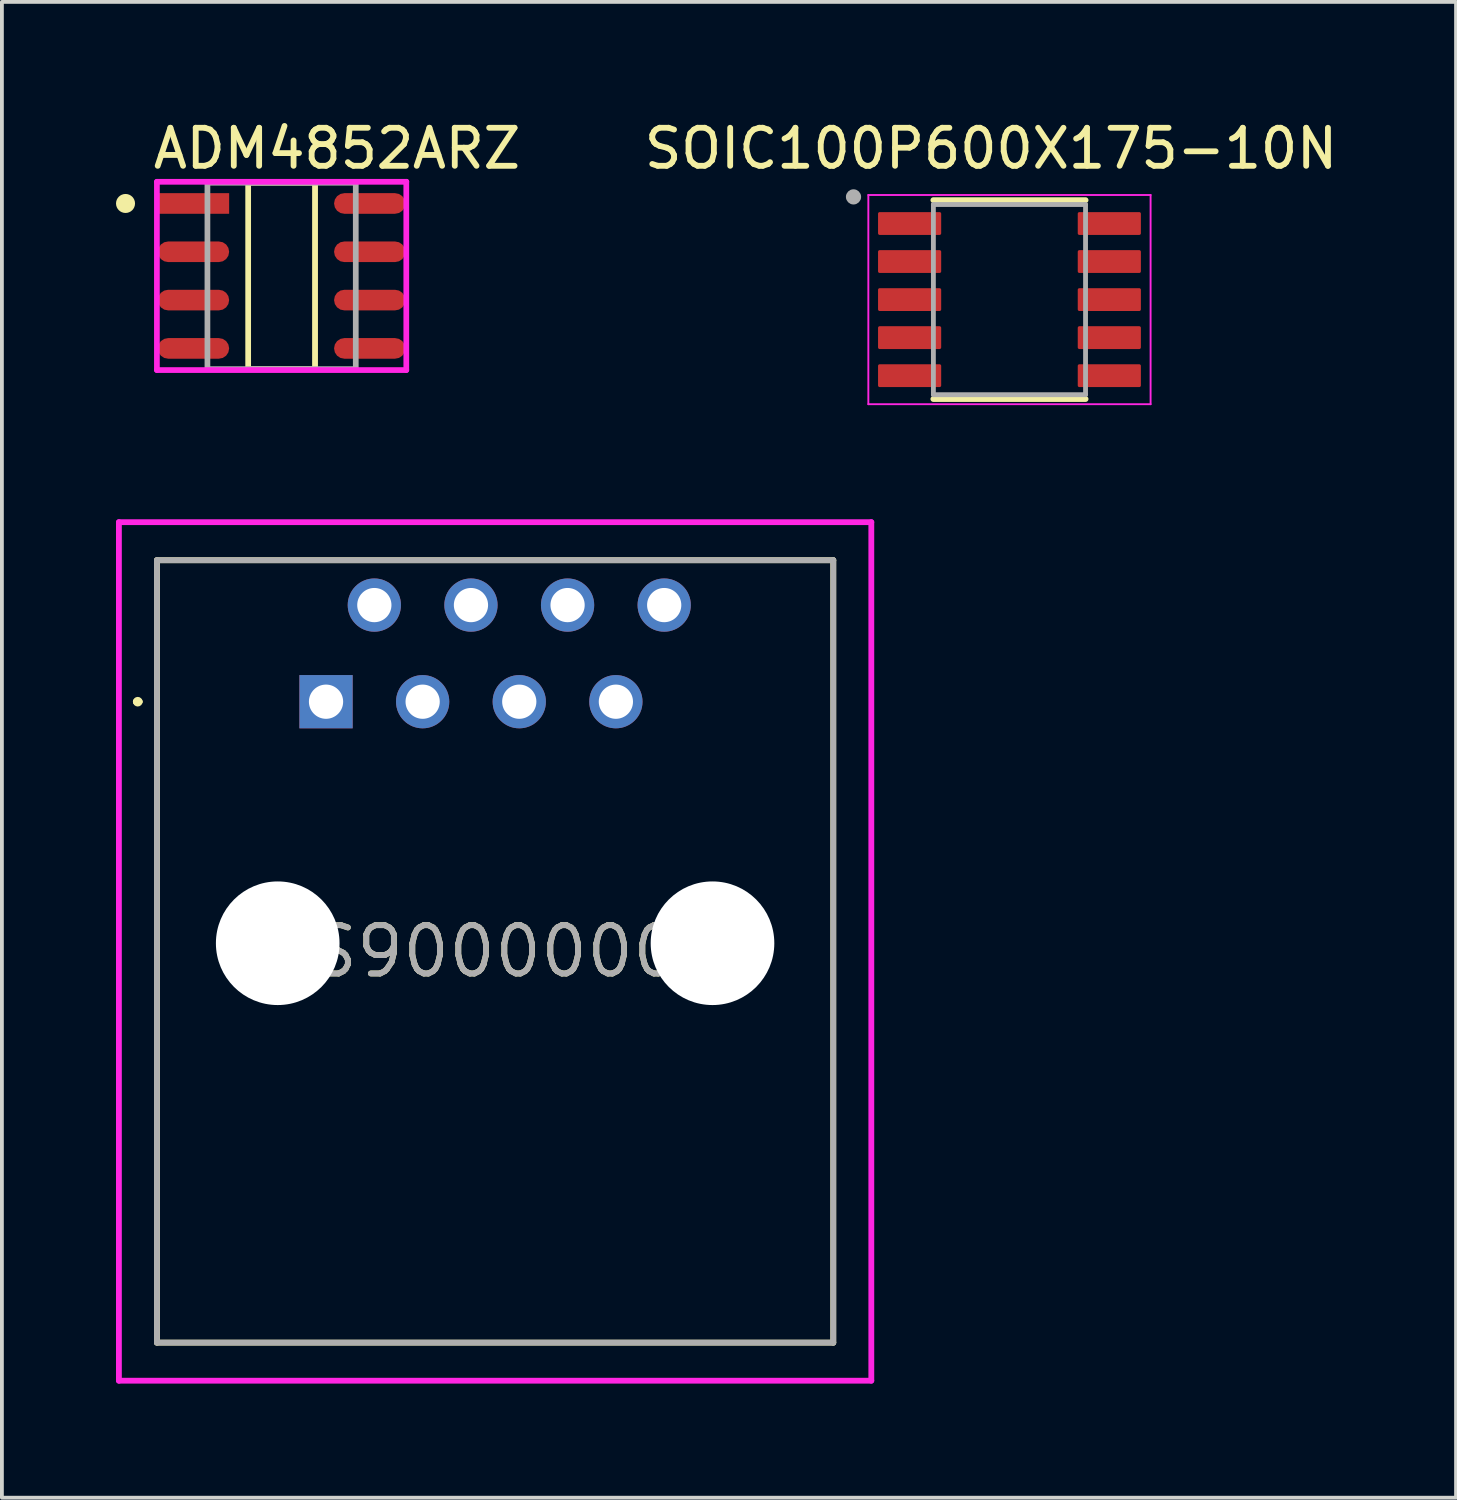
<source format=kicad_pcb>
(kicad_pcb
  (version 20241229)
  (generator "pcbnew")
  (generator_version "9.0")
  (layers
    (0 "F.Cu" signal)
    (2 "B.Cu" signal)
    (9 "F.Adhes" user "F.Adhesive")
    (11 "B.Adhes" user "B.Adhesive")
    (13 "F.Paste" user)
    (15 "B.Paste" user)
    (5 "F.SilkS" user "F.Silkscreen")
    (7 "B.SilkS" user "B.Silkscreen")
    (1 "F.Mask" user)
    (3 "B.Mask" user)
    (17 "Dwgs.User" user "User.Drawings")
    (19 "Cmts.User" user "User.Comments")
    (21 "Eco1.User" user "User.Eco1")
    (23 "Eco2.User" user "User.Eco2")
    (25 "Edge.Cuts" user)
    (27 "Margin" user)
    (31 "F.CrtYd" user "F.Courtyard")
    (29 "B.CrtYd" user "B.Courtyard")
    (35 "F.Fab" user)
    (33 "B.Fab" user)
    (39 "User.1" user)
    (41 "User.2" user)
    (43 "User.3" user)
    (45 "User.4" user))
  (footprint "ADM4852ARZ"
    (layer "F.Cu")
    (at 4.353 4.204)
    (property "Reference" "ADM4852ARZ" (at -3.453 -3.35 0) (layer "F.SilkS") (effects (font (size 1 1) (thickness 0.153)) (justify left)))
    (attr smd)
    (fp_line (start -0.879 -2.45) (end 0.879 -2.45) (stroke (width 0.15) (type solid)) (layer "F.SilkS"))
    (fp_line (start -0.879 2.45) (end -0.879 -2.45) (stroke (width 0.15) (type solid)) (layer "F.SilkS"))
    (fp_line (start 0.879 -2.45) (end 0.879 2.45) (stroke (width 0.153) (type solid)) (layer "F.SilkS"))
    (fp_line (start 0.879 2.45) (end -0.879 2.45) (stroke (width 0.15) (type solid)) (layer "F.SilkS"))
    (fp_circle (center -4.103 -1.905) (end -3.978 -1.905) (stroke (width 0.25) (type solid)) (fill no) (layer "F.SilkS"))
    (fp_line (start -3.278 -2.475) (end -3.278 2.475) (stroke (width 0.15) (type solid)) (layer "F.CrtYd"))
    (fp_line (start -3.278 2.475) (end 3.278 2.475) (stroke (width 0.15) (type solid)) (layer "F.CrtYd"))
    (fp_line (start 3.278 -2.475) (end -3.278 -2.475) (stroke (width 0.15) (type solid)) (layer "F.CrtYd"))
    (fp_line (start 3.278 -2.475) (end 3.278 -2.475) (stroke (width 0.15) (type solid)) (layer "F.CrtYd"))
    (fp_line (start 3.278 2.475) (end 3.278 -2.475) (stroke (width 0.15) (type solid)) (layer "F.CrtYd"))
    (fp_line (start -1.95 -2.45) (end 1.95 -2.45) (stroke (width 0.15) (type solid)) (layer "F.Fab"))
    (fp_line (start -1.95 2.45) (end -1.95 -2.45) (stroke (width 0.15) (type solid)) (layer "F.Fab"))
    (fp_line (start 1.95 -2.45) (end 1.95 2.45) (stroke (width 0.15) (type solid)) (layer "F.Fab"))
    (fp_line (start 1.95 2.45) (end -1.95 2.45) (stroke (width 0.15) (type solid)) (layer "F.Fab"))
    (pad "1" smd rect (at -2.316 -1.905) (size 1.874 0.542) (layers "F.Cu" "F.Mask" "F.Paste"))
    (pad "2" smd roundrect (at -2.316 -0.635) (size 1.874 0.542) (layers "F.Cu" "F.Mask" "F.Paste") (roundrect_rratio 0.5))
    (pad "3" smd roundrect (at -2.316 0.635) (size 1.874 0.542) (layers "F.Cu" "F.Mask" "F.Paste") (roundrect_rratio 0.5))
    (pad "4" smd roundrect (at -2.316 1.905) (size 1.874 0.542) (layers "F.Cu" "F.Mask" "F.Paste") (roundrect_rratio 0.5))
    (pad "5" smd roundrect (at 2.316 1.905) (size 1.874 0.542) (layers "F.Cu" "F.Mask" "F.Paste") (roundrect_rratio 0.5))
    (pad "6" smd roundrect (at 2.316 0.635) (size 1.874 0.542) (layers "F.Cu" "F.Mask" "F.Paste") (roundrect_rratio 0.5))
    (pad "7" smd roundrect (at 2.316 -0.635) (size 1.874 0.542) (layers "F.Cu" "F.Mask" "F.Paste") (roundrect_rratio 0.5))
    (pad "8" smd roundrect (at 2.316 -1.905) (size 1.874 0.542) (layers "F.Cu" "F.Mask" "F.Paste") (roundrect_rratio 0.5)))
  (footprint "SOIC100P600X175-10N"
    (layer "F.Cu")
    (at 23.488 4.826)
    (property "Reference" "SOIC100P600X175-10N" (at -0.485 -3.972 0) (layer "F.SilkS") (effects (font (size 1 1) (thickness 0.153))))
    (attr smd)
    (fp_line (start -2 -2.614) (end 2 -2.614) (stroke (width 0.153) (type solid)) (layer "F.SilkS"))
    (fp_line (start -2 2.614) (end 2 2.614) (stroke (width 0.153) (type solid)) (layer "F.SilkS"))
    (fp_circle (center -4.1 -2.7) (end -4 -2.7) (stroke (width 0.153) (type solid)) (fill no) (layer "F.SilkS"))
    (fp_line (start -3.71 -2.75) (end -3.71 2.75) (stroke (width 0.05) (type solid)) (layer "F.CrtYd"))
    (fp_line (start -3.71 -2.75) (end 3.71 -2.75) (stroke (width 0.05) (type solid)) (layer "F.CrtYd"))
    (fp_line (start -3.71 2.75) (end 3.71 2.75) (stroke (width 0.05) (type solid)) (layer "F.CrtYd"))
    (fp_line (start 3.71 -2.75) (end 3.71 2.75) (stroke (width 0.05) (type solid)) (layer "F.CrtYd"))
    (fp_line (start -2 -2.5) (end -2 2.5) (stroke (width 0.127) (type solid)) (layer "F.Fab"))
    (fp_line (start -2 -2.5) (end 2 -2.5) (stroke (width 0.127) (type solid)) (layer "F.Fab"))
    (fp_line (start -2 2.5) (end 2 2.5) (stroke (width 0.127) (type solid)) (layer "F.Fab"))
    (fp_line (start 2 -2.5) (end 2 2.5) (stroke (width 0.127) (type solid)) (layer "F.Fab"))
    (fp_circle (center -4.1 -2.7) (end -4 -2.7) (stroke (width 0.2) (type solid)) (fill no) (layer "F.Fab"))
    (pad "1" smd roundrect (at -2.625 -2) (size 1.66 0.6) (layers "F.Cu" "F.Mask" "F.Paste") (roundrect_rratio 0.07))
    (pad "2" smd roundrect (at -2.625 -1) (size 1.66 0.6) (layers "F.Cu" "F.Mask" "F.Paste") (roundrect_rratio 0.07))
    (pad "3" smd roundrect (at -2.625 0) (size 1.66 0.6) (layers "F.Cu" "F.Mask" "F.Paste") (roundrect_rratio 0.07))
    (pad "4" smd roundrect (at -2.625 1) (size 1.66 0.6) (layers "F.Cu" "F.Mask" "F.Paste") (roundrect_rratio 0.07))
    (pad "5" smd roundrect (at -2.625 2) (size 1.66 0.6) (layers "F.Cu" "F.Mask" "F.Paste") (roundrect_rratio 0.07))
    (pad "6" smd roundrect (at 2.625 2) (size 1.66 0.6) (layers "F.Cu" "F.Mask" "F.Paste") (roundrect_rratio 0.07))
    (pad "7" smd roundrect (at 2.625 1) (size 1.66 0.6) (layers "F.Cu" "F.Mask" "F.Paste") (roundrect_rratio 0.07))
    (pad "8" smd roundrect (at 2.625 0) (size 1.66 0.6) (layers "F.Cu" "F.Mask" "F.Paste") (roundrect_rratio 0.07))
    (pad "9" smd roundrect (at 2.625 -1) (size 1.66 0.6) (layers "F.Cu" "F.Mask" "F.Paste") (roundrect_rratio 0.07))
    (pad "10" smd roundrect (at 2.625 -2) (size 1.66 0.6) (layers "F.Cu" "F.Mask" "F.Paste") (roundrect_rratio 0.07)))
  (footprint "SS90000002"
    (layer "F.Cu")
    (at 5.521 15.397)
    (property "Reference" "SS90000002" (at 4.445 6.565 0) (layer "F.SilkS") (effects (font (size 1.27 1.27) (thickness 0.153))))
    (attr through_hole)
    (fp_line (start -5 0) (end -5 0) (stroke (width 0.153) (type solid)) (layer "F.SilkS"))
    (fp_line (start -4.9 0) (end -4.9 0) (stroke (width 0.153) (type solid)) (layer "F.SilkS"))
    (fp_line (start -4.445 -3.72) (end 13.335 -3.72) (stroke (width 0.153) (type solid)) (layer "F.SilkS"))
    (fp_line (start -4.445 16.85) (end -4.445 -3.72) (stroke (width 0.153) (type solid)) (layer "F.SilkS"))
    (fp_line (start 13.335 -3.72) (end 13.335 16.85) (stroke (width 0.153) (type solid)) (layer "F.SilkS"))
    (fp_line (start 13.335 16.85) (end -4.445 16.85) (stroke (width 0.153) (type solid)) (layer "F.SilkS"))
    (fp_arc (start -5 0) (mid -4.95 -0.05) (end -4.9 0) (stroke (width 0.153) (type solid)) (layer "F.SilkS"))
    (fp_arc (start -4.9 0) (mid -4.95 0.05) (end -5 0) (stroke (width 0.153) (type solid)) (layer "F.SilkS"))
    (fp_line (start -5.445 -4.72) (end 14.335 -4.72) (stroke (width 0.153) (type solid)) (layer "F.CrtYd"))
    (fp_line (start -5.445 17.85) (end -5.445 -4.72) (stroke (width 0.153) (type solid)) (layer "F.CrtYd"))
    (fp_line (start 14.335 -4.72) (end 14.335 17.85) (stroke (width 0.153) (type solid)) (layer "F.CrtYd"))
    (fp_line (start 14.335 17.85) (end -5.445 17.85) (stroke (width 0.153) (type solid)) (layer "F.CrtYd"))
    (fp_line (start -4.445 -3.72) (end 13.335 -3.72) (stroke (width 0.153) (type solid)) (layer "F.Fab"))
    (fp_line (start -4.445 16.85) (end -4.445 -3.72) (stroke (width 0.153) (type solid)) (layer "F.Fab"))
    (fp_line (start 13.335 -3.72) (end 13.335 16.85) (stroke (width 0.153) (type solid)) (layer "F.Fab"))
    (fp_line (start 13.335 16.85) (end -4.445 16.85) (stroke (width 0.153) (type solid)) (layer "F.Fab"))
    (fp_text user "${REFERENCE}" (at 4.445 6.565 0) (layer "F.Fab") (effects (font (size 1.27 1.27) (thickness 0.153))))
    (pad "" np_thru_hole circle (at -1.27 6.35) (size 3.25 3.25) (drill 3.25) (layers "*.Cu" "*.Mask"))
    (pad "" np_thru_hole circle (at 10.16 6.35) (size 3.25 3.25) (drill 3.25) (layers "*.Cu" "*.Mask"))
    (pad "1" thru_hole rect (at 0 0) (size 1.4 1.4) (drill 0.9) (layers "*.Cu" "*.Mask"))
    (pad "2" thru_hole circle (at 1.27 -2.54) (size 1.4 1.4) (drill 0.9) (layers "*.Cu" "*.Mask"))
    (pad "3" thru_hole circle (at 2.54 0) (size 1.4 1.4) (drill 0.9) (layers "*.Cu" "*.Mask"))
    (pad "4" thru_hole circle (at 3.81 -2.54) (size 1.4 1.4) (drill 0.9) (layers "*.Cu" "*.Mask"))
    (pad "5" thru_hole circle (at 5.08 0) (size 1.4 1.4) (drill 0.9) (layers "*.Cu" "*.Mask"))
    (pad "6" thru_hole circle (at 6.35 -2.54) (size 1.4 1.4) (drill 0.9) (layers "*.Cu" "*.Mask"))
    (pad "7" thru_hole circle (at 7.62 0) (size 1.4 1.4) (drill 0.9) (layers "*.Cu" "*.Mask"))
    (pad "8" thru_hole circle (at 8.89 -2.54) (size 1.4 1.4) (drill 0.9) (layers "*.Cu" "*.Mask")))
  (gr_rect
    (start -3 -3)
    (end 35.228 36.324)
    (stroke (width 0.1) (type default))
    (fill no)
    (layer "Edge.Cuts")))
</source>
